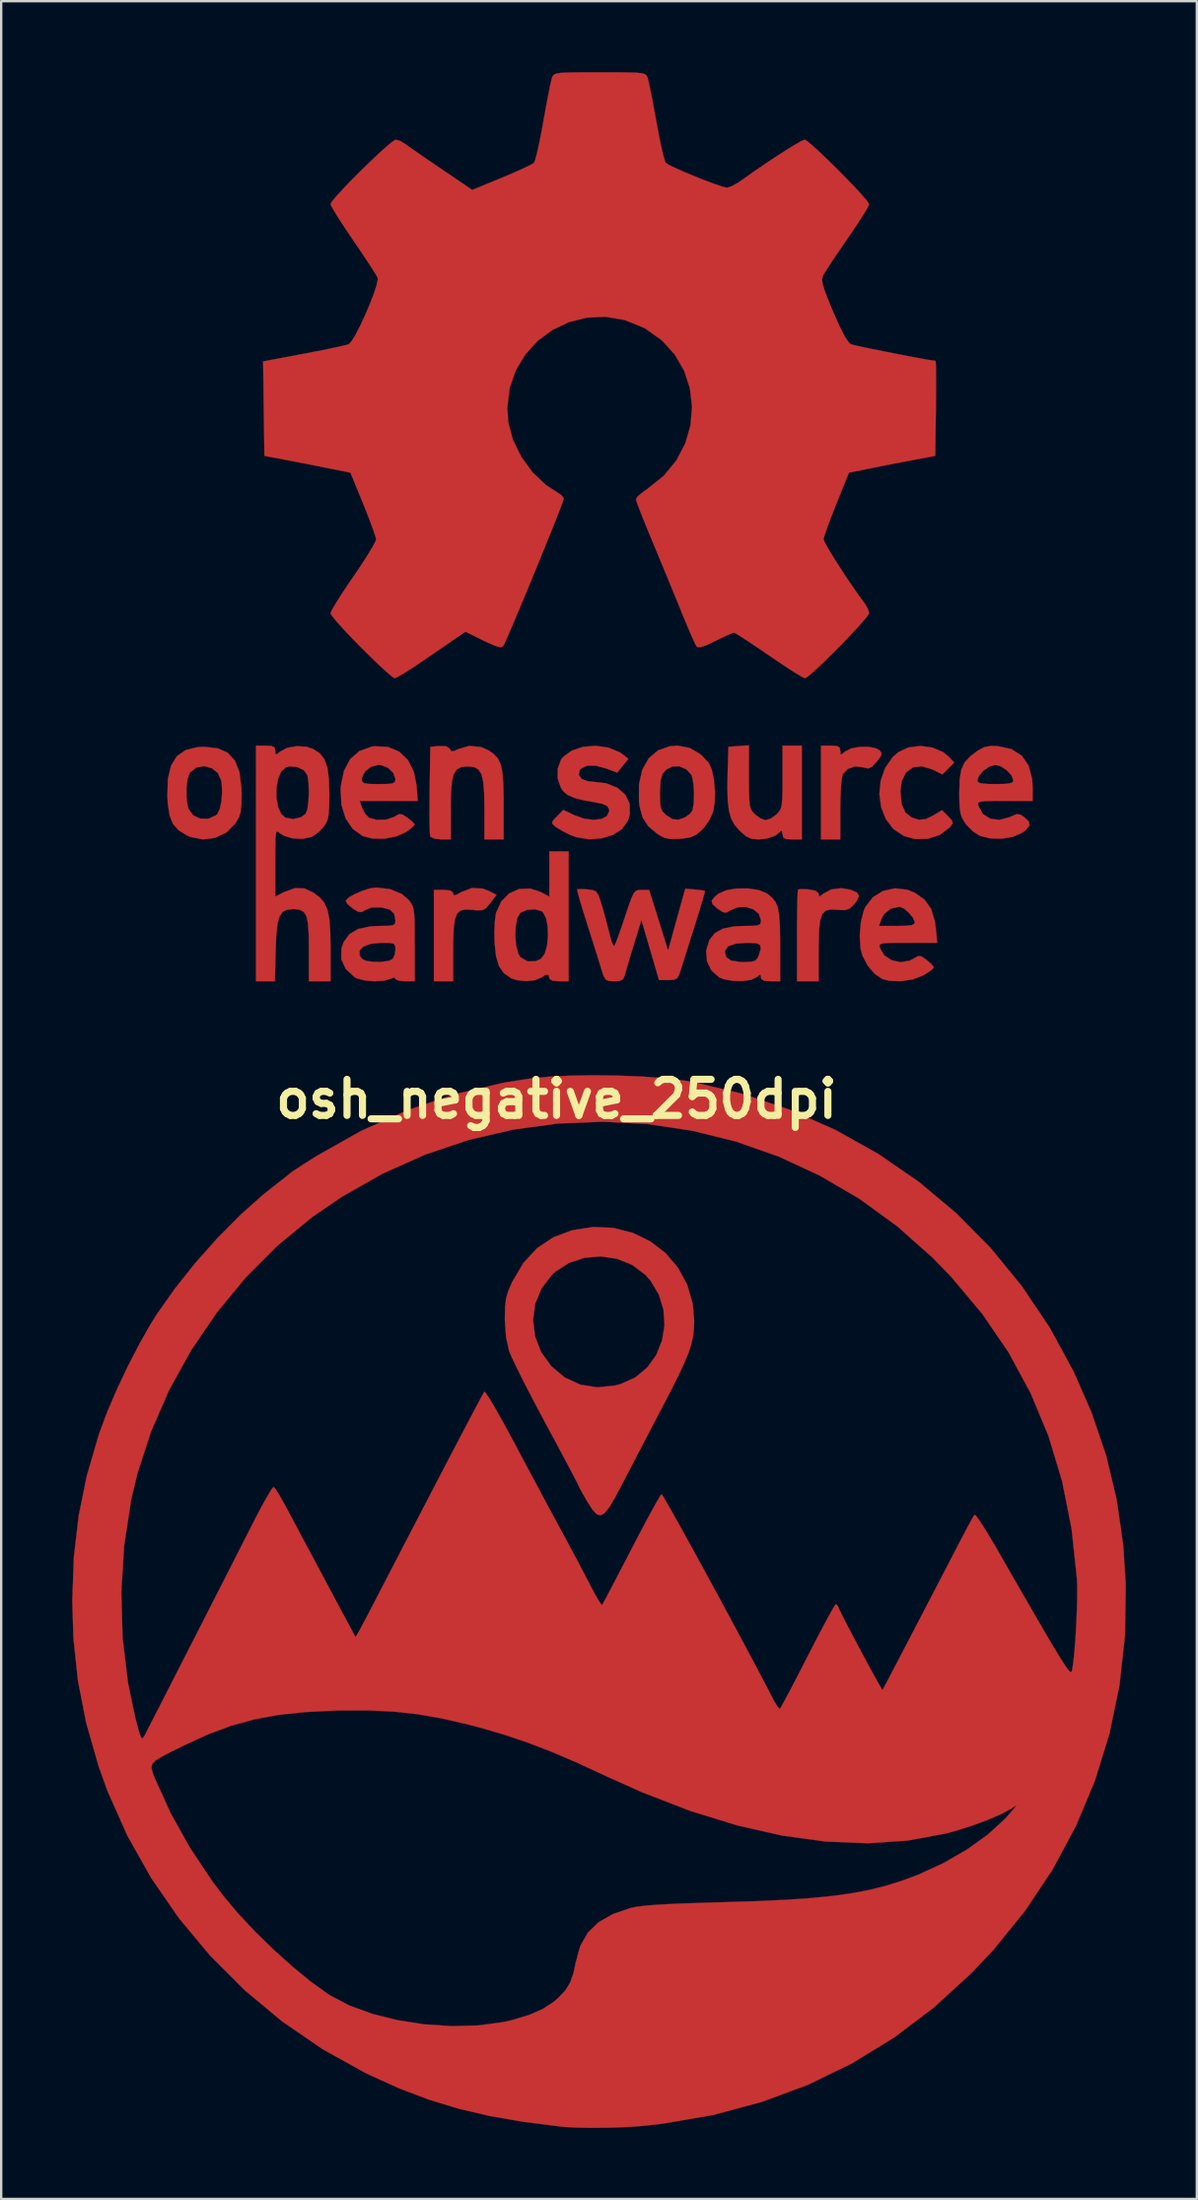
<source format=kicad_pcb>
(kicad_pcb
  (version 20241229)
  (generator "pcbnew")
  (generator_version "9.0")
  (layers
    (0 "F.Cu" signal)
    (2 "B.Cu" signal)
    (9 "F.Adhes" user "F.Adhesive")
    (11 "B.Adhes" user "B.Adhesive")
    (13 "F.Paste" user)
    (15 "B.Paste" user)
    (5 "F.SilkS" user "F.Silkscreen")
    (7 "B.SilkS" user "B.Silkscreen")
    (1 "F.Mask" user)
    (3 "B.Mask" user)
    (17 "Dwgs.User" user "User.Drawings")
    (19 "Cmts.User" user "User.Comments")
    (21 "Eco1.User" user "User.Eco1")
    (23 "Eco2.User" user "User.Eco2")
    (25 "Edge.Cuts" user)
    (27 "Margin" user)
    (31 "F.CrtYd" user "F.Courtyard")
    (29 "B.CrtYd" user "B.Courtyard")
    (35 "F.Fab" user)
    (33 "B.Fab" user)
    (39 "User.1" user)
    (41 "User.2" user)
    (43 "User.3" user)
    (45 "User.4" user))
  (footprint "osh_negative_250dpi"
    (layer "F.Cu")
    (at 20.467 43.388)
    (property "Reference" "osh_negative_250dpi" (at 0 0 0) (layer "F.SilkS") (effects (font (size 1.524 1.524) (thickness 0.3))))
    (attr through_hole)
    (fp_poly (pts (xy -3.114 -8.893) (xy -2.837 -8.785) (xy -2.535 -8.628) (xy -2.799 -8.282) (xy -2.974 -8.074) (xy -3.133 -7.982) (xy -3.36 -7.974) (xy -3.549 -7.994) (xy -3.842 -8.011) (xy -4.057 -7.967) (xy -4.204 -7.835) (xy -4.297 -7.59) (xy -4.347 -7.208) (xy -4.367 -6.662) (xy -4.369 -6.277) (xy -4.369 -4.978) (xy -5.182 -4.978) (xy -5.182 -8.839) (xy -4.775 -8.839) (xy -4.492 -8.814) (xy -4.375 -8.729) (xy -4.369 -8.688) (xy -4.338 -8.608) (xy -4.218 -8.637) (xy -4.039 -8.739) (xy -3.578 -8.918) (xy -3.114 -8.893)) (stroke (width 0.01) (type solid)) (fill yes) (layer "F.Cu"))
    (fp_poly (pts (xy 11.846 -14.919) (xy 11.964 -14.852) (xy 11.989 -14.716) (xy 11.998 -14.568) (xy 12.061 -14.569) (xy 12.203 -14.691) (xy 12.449 -14.816) (xy 12.798 -14.881) (xy 13.171 -14.885) (xy 13.491 -14.825) (xy 13.654 -14.732) (xy 13.731 -14.616) (xy 13.702 -14.486) (xy 13.548 -14.279) (xy 13.52 -14.246) (xy 13.326 -14.04) (xy 13.174 -13.969) (xy 12.995 -14.006) (xy 12.969 -14.015) (xy 12.619 -14.058) (xy 12.299 -13.944) (xy 12.097 -13.728) (xy 12.055 -13.551) (xy 12.021 -13.217) (xy 11.998 -12.773) (xy 11.989 -12.265) (xy 11.989 -12.249) (xy 11.989 -10.973) (xy 11.176 -10.973) (xy 11.176 -14.935) (xy 11.582 -14.935) (xy 11.846 -14.919)) (stroke (width 0.01) (type solid)) (fill yes) (layer "F.Cu"))
    (fp_poly (pts (xy 12.437 -8.842) (xy 12.7 -8.723) (xy 12.781 -8.579) (xy 12.686 -8.372) (xy 12.559 -8.215) (xy 12.381 -8.047) (xy 12.19 -7.983) (xy 11.899 -7.994) (xy 11.865 -7.998) (xy 11.581 -8.011) (xy 11.374 -7.961) (xy 11.232 -7.822) (xy 11.143 -7.568) (xy 11.094 -7.175) (xy 11.076 -6.617) (xy 11.074 -6.277) (xy 11.074 -4.978) (xy 10.16 -4.978) (xy 10.16 -6.892) (xy 10.162 -7.494) (xy 10.169 -8.023) (xy 10.178 -8.447) (xy 10.191 -8.734) (xy 10.205 -8.85) (xy 10.206 -8.851) (xy 10.326 -8.871) (xy 10.571 -8.865) (xy 10.663 -8.857) (xy 10.956 -8.799) (xy 11.071 -8.691) (xy 11.074 -8.66) (xy 11.093 -8.561) (xy 11.183 -8.604) (xy 11.259 -8.67) (xy 11.604 -8.857) (xy 12.038 -8.912) (xy 12.437 -8.842)) (stroke (width 0.01) (type solid)) (fill yes) (layer "F.Cu"))
    (fp_poly (pts (xy 15.879 -14.853) (xy 16.333 -14.661) (xy 16.566 -14.472) (xy 16.805 -14.218) (xy 16.304 -13.718) (xy 15.885 -13.925) (xy 15.438 -14.062) (xy 15.058 -14.016) (xy 14.766 -13.801) (xy 14.583 -13.432) (xy 14.529 -12.996) (xy 14.581 -12.47) (xy 14.741 -12.107) (xy 15.002 -11.898) (xy 15.32 -11.799) (xy 15.611 -11.832) (xy 15.941 -11.997) (xy 16.287 -12.208) (xy 16.545 -11.95) (xy 16.71 -11.772) (xy 16.741 -11.656) (xy 16.649 -11.522) (xy 16.606 -11.474) (xy 16.194 -11.162) (xy 15.687 -10.996) (xy 15.141 -10.987) (xy 14.676 -11.116) (xy 14.235 -11.41) (xy 13.913 -11.831) (xy 13.715 -12.338) (xy 13.642 -12.893) (xy 13.698 -13.455) (xy 13.884 -13.986) (xy 14.203 -14.446) (xy 14.441 -14.658) (xy 14.866 -14.857) (xy 15.368 -14.921) (xy 15.879 -14.853)) (stroke (width 0.01) (type solid)) (fill yes) (layer "F.Cu"))
    (fp_poly (pts (xy 8.128 -13.616) (xy 8.13 -13.071) (xy 8.14 -12.69) (xy 8.163 -12.435) (xy 8.207 -12.266) (xy 8.277 -12.145) (xy 8.377 -12.035) (xy 8.608 -11.863) (xy 8.828 -11.786) (xy 8.839 -11.786) (xy 9.055 -11.855) (xy 9.288 -12.022) (xy 9.301 -12.035) (xy 9.403 -12.147) (xy 9.473 -12.268) (xy 9.516 -12.438) (xy 9.539 -12.695) (xy 9.549 -13.079) (xy 9.55 -13.61) (xy 9.55 -14.935) (xy 10.363 -14.935) (xy 10.363 -10.973) (xy 9.957 -10.973) (xy 9.693 -10.988) (xy 9.576 -11.055) (xy 9.549 -11.201) (xy 9.523 -11.338) (xy 9.473 -11.318) (xy 9.231 -11.121) (xy 8.852 -11) (xy 8.529 -10.973) (xy 8.24 -10.999) (xy 8.007 -11.105) (xy 7.747 -11.33) (xy 7.72 -11.357) (xy 7.521 -11.59) (xy 7.379 -11.854) (xy 7.285 -12.185) (xy 7.235 -12.615) (xy 7.22 -13.181) (xy 7.233 -13.868) (xy 7.264 -14.884) (xy 8.128 -14.947) (xy 8.128 -13.616)) (stroke (width 0.01) (type solid)) (fill yes) (layer "F.Cu"))
    (fp_poly (pts (xy -3.195 -14.876) (xy -2.875 -14.736) (xy -2.645 -14.573) (xy -2.477 -14.385) (xy -2.361 -14.138) (xy -2.289 -13.799) (xy -2.25 -13.335) (xy -2.236 -12.713) (xy -2.235 -12.451) (xy -2.235 -10.973) (xy -3.048 -10.973) (xy -3.048 -12.282) (xy -3.058 -12.93) (xy -3.096 -13.402) (xy -3.172 -13.724) (xy -3.297 -13.923) (xy -3.481 -14.024) (xy -3.735 -14.055) (xy -3.759 -14.055) (xy -4.019 -14.029) (xy -4.209 -13.935) (xy -4.338 -13.745) (xy -4.418 -13.434) (xy -4.458 -12.976) (xy -4.47 -12.344) (xy -4.47 -12.282) (xy -4.47 -10.973) (xy -4.88 -10.973) (xy -5.167 -11.004) (xy -5.328 -11.084) (xy -5.34 -11.103) (xy -5.354 -11.243) (xy -5.364 -11.551) (xy -5.369 -11.991) (xy -5.368 -12.529) (xy -5.362 -13.059) (xy -5.334 -14.884) (xy -4.952 -14.916) (xy -4.659 -14.907) (xy -4.519 -14.811) (xy -4.51 -14.791) (xy -4.447 -14.695) (xy -4.328 -14.706) (xy -4.161 -14.785) (xy -3.687 -14.922) (xy -3.195 -14.876)) (stroke (width 0.01) (type solid)) (fill yes) (layer "F.Cu"))
    (fp_poly (pts (xy -14.323 -14.823) (xy -13.894 -14.631) (xy -13.589 -14.297) (xy -13.399 -13.81) (xy -13.316 -13.157) (xy -13.31 -12.886) (xy -13.317 -12.444) (xy -13.349 -12.141) (xy -13.419 -11.913) (xy -13.54 -11.697) (xy -13.574 -11.647) (xy -13.946 -11.268) (xy -14.419 -11.04) (xy -14.945 -10.972) (xy -15.476 -11.079) (xy -15.639 -11.151) (xy -15.978 -11.365) (xy -16.208 -11.626) (xy -16.349 -11.979) (xy -16.424 -12.466) (xy -16.444 -12.798) (xy -16.433 -13.161) (xy -15.638 -13.161) (xy -15.637 -12.75) (xy -15.586 -12.377) (xy -15.546 -12.247) (xy -15.352 -11.988) (xy -15.052 -11.85) (xy -14.712 -11.845) (xy -14.399 -11.984) (xy -14.34 -12.036) (xy -14.233 -12.244) (xy -14.16 -12.583) (xy -14.13 -12.983) (xy -14.152 -13.375) (xy -14.165 -13.455) (xy -14.311 -13.774) (xy -14.571 -13.983) (xy -14.89 -14.067) (xy -15.211 -14.014) (xy -15.478 -13.809) (xy -15.497 -13.783) (xy -15.59 -13.531) (xy -15.638 -13.161) (xy -16.433 -13.161) (xy -16.423 -13.525) (xy -16.291 -14.085) (xy -16.042 -14.49) (xy -15.668 -14.749) (xy -15.163 -14.871) (xy -14.884 -14.884) (xy -14.323 -14.823)) (stroke (width 0.01) (type solid)) (fill yes) (layer "F.Cu"))
    (fp_poly (pts (xy 0.508 -4.978) (xy 0.102 -4.978) (xy -0.181 -5.004) (xy -0.297 -5.087) (xy -0.305 -5.131) (xy -0.347 -5.263) (xy -0.487 -5.239) (xy -0.654 -5.128) (xy -0.925 -5.02) (xy -1.295 -4.985) (xy -1.675 -5.024) (xy -1.921 -5.107) (xy -2.226 -5.321) (xy -2.432 -5.618) (xy -2.557 -6.037) (xy -2.619 -6.615) (xy -2.62 -6.627) (xy -2.624 -6.881) (xy -1.744 -6.881) (xy -1.707 -6.478) (xy -1.619 -6.149) (xy -1.524 -5.994) (xy -1.219 -5.817) (xy -0.875 -5.827) (xy -0.647 -5.939) (xy -0.496 -6.148) (xy -0.401 -6.486) (xy -0.361 -6.892) (xy -0.376 -7.303) (xy -0.449 -7.66) (xy -0.579 -7.899) (xy -0.624 -7.936) (xy -0.908 -8.019) (xy -1.245 -7.995) (xy -1.523 -7.874) (xy -1.541 -7.858) (xy -1.662 -7.639) (xy -1.729 -7.29) (xy -1.744 -6.881) (xy -2.624 -6.881) (xy -2.627 -7.082) (xy -2.606 -7.515) (xy -2.562 -7.842) (xy -2.553 -7.879) (xy -2.336 -8.352) (xy -1.999 -8.691) (xy -1.579 -8.878) (xy -1.112 -8.896) (xy -0.686 -8.755) (xy -0.305 -8.556) (xy -0.305 -10.465) (xy 0.508 -10.465) (xy 0.508 -4.978)) (stroke (width 0.01) (type solid)) (fill yes) (layer "F.Cu"))
    (fp_poly (pts (xy 5.626 -14.837) (xy 6.1 -14.557) (xy 6.43 -14.208) (xy 6.561 -13.917) (xy 6.65 -13.494) (xy 6.693 -13.007) (xy 6.681 -12.524) (xy 6.617 -12.138) (xy 6.462 -11.791) (xy 6.216 -11.451) (xy 6.15 -11.382) (xy 5.903 -11.172) (xy 5.658 -11.059) (xy 5.326 -11.005) (xy 5.208 -10.996) (xy 4.831 -10.986) (xy 4.566 -11.035) (xy 4.323 -11.161) (xy 4.277 -11.192) (xy 3.878 -11.526) (xy 3.634 -11.899) (xy 3.507 -12.377) (xy 3.483 -12.577) (xy 3.484 -12.946) (xy 4.369 -12.946) (xy 4.375 -12.554) (xy 4.406 -12.308) (xy 4.476 -12.151) (xy 4.602 -12.023) (xy 4.637 -11.996) (xy 4.904 -11.826) (xy 5.144 -11.803) (xy 5.429 -11.903) (xy 5.643 -12.057) (xy 5.747 -12.212) (xy 5.798 -12.507) (xy 5.811 -12.891) (xy 5.79 -13.282) (xy 5.736 -13.597) (xy 5.697 -13.703) (xy 5.483 -13.932) (xy 5.187 -14.062) (xy 4.903 -14.053) (xy 4.64 -13.927) (xy 4.478 -13.744) (xy 4.395 -13.459) (xy 4.369 -13.027) (xy 4.369 -12.946) (xy 3.484 -12.946) (xy 3.485 -13.308) (xy 3.625 -13.92) (xy 3.896 -14.399) (xy 4.289 -14.733) (xy 4.794 -14.91) (xy 5.111 -14.935) (xy 5.626 -14.837)) (stroke (width 0.01) (type solid)) (fill yes) (layer "F.Cu"))
    (fp_poly (pts (xy 2.194 -14.85) (xy 2.67 -14.653) (xy 2.813 -14.553) (xy 3.035 -14.376) (xy 2.799 -14.084) (xy 2.563 -13.792) (xy 2.109 -13.965) (xy 1.656 -14.087) (xy 1.283 -14.085) (xy 1.029 -13.962) (xy 0.981 -13.902) (xy 0.939 -13.692) (xy 1.068 -13.523) (xy 1.337 -13.424) (xy 1.511 -13.411) (xy 2.104 -13.342) (xy 2.576 -13.151) (xy 2.91 -12.857) (xy 3.089 -12.48) (xy 3.096 -12.038) (xy 3.007 -11.742) (xy 2.765 -11.409) (xy 2.381 -11.163) (xy 1.902 -11.016) (xy 1.375 -10.978) (xy 0.847 -11.06) (xy 0.559 -11.167) (xy 0.254 -11.324) (xy -0.002 -11.479) (xy -0.051 -11.515) (xy -0.176 -11.626) (xy -0.181 -11.722) (xy -0.056 -11.872) (xy 0.016 -11.946) (xy 0.286 -12.219) (xy 0.734 -12.002) (xy 1.154 -11.851) (xy 1.552 -11.797) (xy 1.889 -11.834) (xy 2.127 -11.956) (xy 2.226 -12.158) (xy 2.22 -12.25) (xy 2.139 -12.385) (xy 1.929 -12.477) (xy 1.676 -12.529) (xy 1.128 -12.629) (xy 0.743 -12.729) (xy 0.48 -12.845) (xy 0.299 -12.994) (xy 0.193 -13.137) (xy 0.049 -13.53) (xy 0.05 -13.959) (xy 0.191 -14.343) (xy 0.271 -14.449) (xy 0.641 -14.724) (xy 1.123 -14.883) (xy 1.66 -14.927) (xy 2.194 -14.85)) (stroke (width 0.01) (type solid)) (fill yes) (layer "F.Cu"))
    (fp_poly (pts (xy -7.135 -14.883) (xy -6.655 -14.684) (xy -6.28 -14.326) (xy -6.028 -13.824) (xy -5.918 -13.259) (xy -5.865 -12.598) (xy -8.321 -12.598) (xy -8.214 -12.291) (xy -8.081 -12.042) (xy -7.921 -11.885) (xy -7.589 -11.796) (xy -7.201 -11.809) (xy -6.867 -11.92) (xy -6.829 -11.944) (xy -6.662 -12.039) (xy -6.517 -12.024) (xy -6.305 -11.892) (xy -6.298 -11.887) (xy -6.099 -11.728) (xy -5.998 -11.614) (xy -5.995 -11.601) (xy -6.072 -11.507) (xy -6.264 -11.351) (xy -6.36 -11.283) (xy -6.772 -11.097) (xy -7.276 -11.002) (xy -7.784 -11.007) (xy -8.187 -11.112) (xy -8.609 -11.41) (xy -8.912 -11.857) (xy -9.088 -12.427) (xy -9.124 -13.098) (xy -9.114 -13.233) (xy -9.056 -13.513) (xy -8.23 -13.513) (xy -8.21 -13.406) (xy -8.124 -13.345) (xy -7.927 -13.317) (xy -7.575 -13.31) (xy -7.518 -13.31) (xy -7.145 -13.315) (xy -6.931 -13.34) (xy -6.833 -13.396) (xy -6.807 -13.497) (xy -6.807 -13.513) (xy -6.898 -13.781) (xy -7.128 -14.001) (xy -7.432 -14.116) (xy -7.518 -14.122) (xy -7.832 -14.045) (xy -8.088 -13.848) (xy -8.222 -13.587) (xy -8.23 -13.513) (xy -9.056 -13.513) (xy -8.982 -13.872) (xy -8.717 -14.366) (xy -8.325 -14.709) (xy -7.815 -14.89) (xy -7.705 -14.906) (xy -7.135 -14.883)) (stroke (width 0.01) (type solid)) (fill yes) (layer "F.Cu"))
    (fp_poly (pts (xy 14.822 -8.844) (xy 15.136 -8.719) (xy 15.553 -8.425) (xy 15.83 -8.031) (xy 15.988 -7.504) (xy 16.026 -7.213) (xy 16.081 -6.604) (xy 14.841 -6.604) (xy 14.322 -6.603) (xy 13.975 -6.596) (xy 13.768 -6.576) (xy 13.668 -6.537) (xy 13.645 -6.474) (xy 13.666 -6.38) (xy 13.667 -6.375) (xy 13.852 -6.067) (xy 14.161 -5.865) (xy 14.536 -5.785) (xy 14.918 -5.846) (xy 15.117 -5.95) (xy 15.282 -6.044) (xy 15.422 -6.028) (xy 15.621 -5.89) (xy 15.642 -5.874) (xy 15.838 -5.703) (xy 15.941 -5.581) (xy 15.946 -5.567) (xy 15.869 -5.479) (xy 15.667 -5.333) (xy 15.51 -5.237) (xy 15.07 -5.062) (xy 14.554 -4.98) (xy 14.052 -4.999) (xy 13.761 -5.076) (xy 13.439 -5.295) (xy 13.144 -5.646) (xy 12.926 -6.062) (xy 12.846 -6.355) (xy 12.812 -6.908) (xy 12.846 -7.315) (xy 13.625 -7.315) (xy 14.382 -7.315) (xy 14.78 -7.323) (xy 15.013 -7.351) (xy 15.119 -7.407) (xy 15.138 -7.472) (xy 15.062 -7.663) (xy 14.88 -7.883) (xy 14.662 -8.062) (xy 14.489 -8.128) (xy 14.116 -8.042) (xy 13.833 -7.812) (xy 13.734 -7.627) (xy 13.625 -7.315) (xy 12.846 -7.315) (xy 12.859 -7.468) (xy 12.979 -7.952) (xy 13.049 -8.115) (xy 13.367 -8.528) (xy 13.797 -8.795) (xy 14.296 -8.905) (xy 14.822 -8.844)) (stroke (width 0.01) (type solid)) (fill yes) (layer "F.Cu"))
    (fp_poly (pts (xy 18.653 -14.912) (xy 19.223 -14.786) (xy 19.655 -14.512) (xy 19.946 -14.092) (xy 20.096 -13.528) (xy 20.117 -13.16) (xy 20.117 -12.598) (xy 18.942 -12.598) (xy 18.439 -12.597) (xy 18.108 -12.589) (xy 17.914 -12.568) (xy 17.826 -12.526) (xy 17.812 -12.457) (xy 17.833 -12.37) (xy 18.021 -12.039) (xy 18.331 -11.844) (xy 18.72 -11.797) (xy 19.148 -11.912) (xy 19.209 -11.941) (xy 19.434 -12.038) (xy 19.595 -12.02) (xy 19.76 -11.916) (xy 19.961 -11.726) (xy 19.982 -11.553) (xy 19.819 -11.361) (xy 19.692 -11.264) (xy 19.303 -11.087) (xy 18.814 -11.002) (xy 18.307 -11.015) (xy 17.882 -11.126) (xy 17.593 -11.313) (xy 17.323 -11.584) (xy 17.272 -11.652) (xy 17.149 -11.855) (xy 17.074 -12.059) (xy 17.034 -12.323) (xy 17.019 -12.704) (xy 17.018 -12.965) (xy 17.034 -13.467) (xy 17.78 -13.467) (xy 17.817 -13.384) (xy 17.952 -13.336) (xy 18.223 -13.314) (xy 18.542 -13.31) (xy 18.942 -13.317) (xy 19.176 -13.345) (xy 19.284 -13.401) (xy 19.304 -13.467) (xy 19.219 -13.683) (xy 19.012 -13.904) (xy 18.751 -14.07) (xy 18.542 -14.122) (xy 18.29 -14.049) (xy 18.033 -13.871) (xy 17.841 -13.646) (xy 17.78 -13.467) (xy 17.034 -13.467) (xy 17.036 -13.517) (xy 17.104 -13.92) (xy 17.246 -14.226) (xy 17.484 -14.485) (xy 17.789 -14.716) (xy 18.062 -14.866) (xy 18.348 -14.921) (xy 18.653 -14.912)) (stroke (width 0.01) (type solid)) (fill yes) (layer "F.Cu"))
    (fp_poly (pts (xy 5.843 -8.855) (xy 6.104 -8.828) (xy 6.258 -8.803) (xy 6.272 -8.797) (xy 6.252 -8.698) (xy 6.18 -8.441) (xy 6.067 -8.062) (xy 5.923 -7.598) (xy 5.88 -7.46) (xy 5.708 -6.916) (xy 5.541 -6.387) (xy 5.398 -5.93) (xy 5.296 -5.605) (xy 5.291 -5.588) (xy 5.188 -5.274) (xy 5.095 -5.107) (xy 4.965 -5.041) (xy 4.751 -5.029) (xy 4.724 -5.029) (xy 4.33 -5.029) (xy 3.958 -6.299) (xy 3.587 -7.569) (xy 3.274 -6.553) (xy 3.134 -6.097) (xy 3.012 -5.686) (xy 2.923 -5.377) (xy 2.891 -5.258) (xy 2.818 -5.072) (xy 2.677 -4.994) (xy 2.435 -4.978) (xy 2.209 -4.989) (xy 2.075 -5.051) (xy 1.983 -5.214) (xy 1.887 -5.512) (xy 1.797 -5.808) (xy 1.661 -6.244) (xy 1.496 -6.766) (xy 1.32 -7.319) (xy 1.282 -7.437) (xy 1.126 -7.934) (xy 0.998 -8.357) (xy 0.909 -8.672) (xy 0.87 -8.842) (xy 0.87 -8.862) (xy 0.983 -8.875) (xy 1.222 -8.865) (xy 1.314 -8.857) (xy 1.532 -8.83) (xy 1.669 -8.768) (xy 1.766 -8.627) (xy 1.86 -8.363) (xy 1.926 -8.143) (xy 2.053 -7.695) (xy 2.176 -7.23) (xy 2.25 -6.932) (xy 2.328 -6.652) (xy 2.403 -6.491) (xy 2.444 -6.475) (xy 2.502 -6.597) (xy 2.607 -6.872) (xy 2.744 -7.258) (xy 2.891 -7.696) (xy 3.053 -8.18) (xy 3.17 -8.504) (xy 3.264 -8.699) (xy 3.354 -8.798) (xy 3.46 -8.834) (xy 3.59 -8.839) (xy 3.912 -8.838) (xy 4.715 -6.279) (xy 5.076 -7.584) (xy 5.438 -8.889) (xy 5.843 -8.855)) (stroke (width 0.01) (type solid)) (fill yes) (layer "F.Cu"))
    (fp_poly (pts (xy 8.532 -8.835) (xy 8.874 -8.7) (xy 8.908 -8.677) (xy 9.104 -8.514) (xy 9.246 -8.336) (xy 9.343 -8.108) (xy 9.403 -7.796) (xy 9.434 -7.366) (xy 9.446 -6.781) (xy 9.447 -6.477) (xy 9.449 -4.978) (xy 9.042 -4.978) (xy 8.768 -5) (xy 8.65 -5.076) (xy 8.636 -5.147) (xy 8.621 -5.258) (xy 8.543 -5.228) (xy 8.45 -5.147) (xy 8.213 -5.037) (xy 7.855 -4.987) (xy 7.452 -4.994) (xy 7.078 -5.061) (xy 6.885 -5.137) (xy 6.55 -5.425) (xy 6.357 -5.819) (xy 6.325 -6.214) (xy 7.112 -6.214) (xy 7.177 -5.986) (xy 7.388 -5.849) (xy 7.763 -5.794) (xy 7.897 -5.791) (xy 8.218 -5.802) (xy 8.398 -5.849) (xy 8.496 -5.958) (xy 8.537 -6.052) (xy 8.629 -6.343) (xy 8.607 -6.51) (xy 8.443 -6.585) (xy 8.108 -6.604) (xy 8.071 -6.604) (xy 7.566 -6.567) (xy 7.248 -6.454) (xy 7.116 -6.265) (xy 7.112 -6.214) (xy 6.325 -6.214) (xy 6.321 -6.266) (xy 6.453 -6.709) (xy 6.685 -7.009) (xy 7.029 -7.202) (xy 7.514 -7.298) (xy 7.92 -7.315) (xy 8.293 -7.319) (xy 8.507 -7.341) (xy 8.606 -7.396) (xy 8.635 -7.499) (xy 8.636 -7.563) (xy 8.548 -7.827) (xy 8.319 -8.016) (xy 8.005 -8.115) (xy 7.66 -8.106) (xy 7.34 -7.971) (xy 7.176 -7.879) (xy 7.033 -7.895) (xy 6.825 -8.03) (xy 6.807 -8.042) (xy 6.595 -8.229) (xy 6.555 -8.384) (xy 6.689 -8.555) (xy 6.846 -8.681) (xy 7.167 -8.823) (xy 7.604 -8.896) (xy 8.084 -8.9) (xy 8.532 -8.835)) (stroke (width 0.01) (type solid)) (fill yes) (layer "F.Cu"))
    (fp_poly (pts (xy -7.028 -8.869) (xy -6.54 -8.666) (xy -6.255 -8.422) (xy -6.156 -8.297) (xy -6.086 -8.172) (xy -6.04 -8.011) (xy -6.012 -7.777) (xy -5.999 -7.435) (xy -5.995 -6.95) (xy -5.994 -6.545) (xy -5.994 -4.978) (xy -6.401 -4.978) (xy -6.655 -5.002) (xy -6.797 -5.06) (xy -6.807 -5.084) (xy -6.869 -5.137) (xy -7.004 -5.084) (xy -7.297 -5.001) (xy -7.692 -4.978) (xy -8.1 -5.012) (xy -8.436 -5.098) (xy -8.537 -5.152) (xy -8.913 -5.508) (xy -9.099 -5.918) (xy -9.091 -6.276) (xy -8.324 -6.276) (xy -8.32 -6.068) (xy -8.209 -5.913) (xy -8.027 -5.836) (xy -7.726 -5.799) (xy -7.387 -5.8) (xy -7.093 -5.841) (xy -6.929 -5.913) (xy -6.838 -6.1) (xy -6.807 -6.32) (xy -6.817 -6.478) (xy -6.879 -6.563) (xy -7.04 -6.597) (xy -7.35 -6.604) (xy -7.41 -6.604) (xy -7.848 -6.562) (xy -8.16 -6.446) (xy -8.324 -6.276) (xy -9.091 -6.276) (xy -9.089 -6.367) (xy -8.993 -6.637) (xy -8.749 -6.972) (xy -8.379 -7.19) (xy -7.863 -7.298) (xy -7.478 -7.315) (xy -7.119 -7.32) (xy -6.918 -7.346) (xy -6.829 -7.407) (xy -6.809 -7.52) (xy -6.809 -7.544) (xy -6.861 -7.831) (xy -7.038 -8.003) (xy -7.374 -8.094) (xy -7.4 -8.098) (xy -7.815 -8.095) (xy -8.061 -7.996) (xy -8.236 -7.902) (xy -8.384 -7.914) (xy -8.594 -8.041) (xy -8.62 -8.059) (xy -8.817 -8.226) (xy -8.908 -8.361) (xy -8.908 -8.382) (xy -8.789 -8.511) (xy -8.536 -8.659) (xy -8.214 -8.799) (xy -7.886 -8.902) (xy -7.624 -8.94) (xy -7.028 -8.869)) (stroke (width 0.01) (type solid)) (fill yes) (layer "F.Cu"))
    (fp_poly (pts (xy -12.03 -14.919) (xy -11.912 -14.852) (xy -11.887 -14.716) (xy -11.876 -14.567) (xy -11.807 -14.576) (xy -11.688 -14.677) (xy -11.383 -14.84) (xy -10.979 -14.911) (xy -10.561 -14.886) (xy -10.28 -14.792) (xy -10.001 -14.604) (xy -9.807 -14.353) (xy -9.683 -14.003) (xy -9.619 -13.521) (xy -9.601 -12.903) (xy -9.606 -12.407) (xy -9.626 -12.066) (xy -9.669 -11.831) (xy -9.742 -11.652) (xy -9.827 -11.52) (xy -10.065 -11.269) (xy -10.34 -11.084) (xy -10.362 -11.075) (xy -10.732 -10.996) (xy -11.147 -11.016) (xy -11.518 -11.124) (xy -11.692 -11.234) (xy -11.769 -11.297) (xy -11.822 -11.303) (xy -11.857 -11.226) (xy -11.876 -11.038) (xy -11.885 -10.712) (xy -11.887 -10.22) (xy -11.887 -9.983) (xy -11.887 -8.556) (xy -11.51 -8.749) (xy -11.057 -8.913) (xy -10.655 -8.901) (xy -10.253 -8.711) (xy -10.251 -8.71) (xy -9.994 -8.511) (xy -9.808 -8.284) (xy -9.68 -7.995) (xy -9.602 -7.61) (xy -9.562 -7.093) (xy -9.551 -6.409) (xy -9.551 -6.375) (xy -9.55 -4.978) (xy -10.465 -4.978) (xy -10.465 -6.334) (xy -10.472 -6.96) (xy -10.502 -7.411) (xy -10.565 -7.716) (xy -10.673 -7.901) (xy -10.837 -7.995) (xy -11.068 -8.025) (xy -11.143 -8.026) (xy -11.396 -8) (xy -11.581 -7.903) (xy -11.71 -7.709) (xy -11.794 -7.391) (xy -11.844 -6.923) (xy -11.87 -6.289) (xy -11.903 -4.978) (xy -12.7 -4.978) (xy -12.7 -13.139) (xy -11.835 -13.139) (xy -11.835 -12.721) (xy -11.765 -12.334) (xy -11.627 -12.033) (xy -11.452 -11.887) (xy -11.121 -11.833) (xy -10.796 -11.909) (xy -10.592 -12.065) (xy -10.526 -12.254) (xy -10.483 -12.577) (xy -10.466 -12.964) (xy -10.478 -13.347) (xy -10.52 -13.658) (xy -10.527 -13.684) (xy -10.677 -13.894) (xy -10.949 -14.028) (xy -11.265 -14.058) (xy -11.431 -14.02) (xy -11.633 -13.844) (xy -11.768 -13.532) (xy -11.835 -13.139) (xy -12.7 -13.139) (xy -12.7 -14.935) (xy -12.294 -14.935) (xy -12.03 -14.919)) (stroke (width 0.01) (type solid)) (fill yes) (layer "F.Cu"))
    (fp_poly (pts (xy 2.414 5.444) (xy 3.224 5.652) (xy 3.96 6.01) (xy 4.602 6.504) (xy 5.128 7.119) (xy 5.52 7.838) (xy 5.755 8.648) (xy 5.816 9.347) (xy 5.807 9.69) (xy 5.771 10.015) (xy 5.698 10.348) (xy 5.577 10.719) (xy 5.397 11.155) (xy 5.149 11.685) (xy 4.822 12.337) (xy 4.421 13.106) (xy 4.07 13.776) (xy 3.692 14.499) (xy 3.321 15.212) (xy 2.988 15.853) (xy 2.792 16.231) (xy 2.478 16.823) (xy 2.231 17.241) (xy 2.03 17.493) (xy 1.857 17.588) (xy 1.693 17.536) (xy 1.518 17.346) (xy 1.314 17.027) (xy 1.275 16.962) (xy 1.096 16.651) (xy 0.967 16.415) (xy 0.915 16.303) (xy 0.914 16.301) (xy 0.868 16.203) (xy 0.737 15.95) (xy 0.534 15.564) (xy 0.27 15.068) (xy -0.041 14.485) (xy -0.389 13.839) (xy -0.455 13.717) (xy -0.821 13.031) (xy -1.163 12.377) (xy -1.467 11.783) (xy -1.717 11.278) (xy -1.9 10.892) (xy -2.001 10.652) (xy -2.004 10.644) (xy -2.131 10.075) (xy -2.183 9.366) (xy -2.184 9.33) (xy -0.993 9.33) (xy -0.91 10.02) (xy -0.654 10.683) (xy -0.227 11.28) (xy 0.349 11.765) (xy 1.003 12.066) (xy 1.719 12.179) (xy 2.482 12.1) (xy 2.71 12.04) (xy 3.331 11.759) (xy 3.834 11.339) (xy 4.212 10.812) (xy 4.456 10.21) (xy 4.562 9.562) (xy 4.52 8.902) (xy 4.324 8.26) (xy 3.968 7.668) (xy 3.75 7.424) (xy 3.197 7.007) (xy 2.558 6.748) (xy 1.872 6.648) (xy 1.18 6.706) (xy 0.524 6.922) (xy -0.057 7.296) (xy -0.195 7.425) (xy -0.635 7.998) (xy -0.901 8.644) (xy -0.993 9.33) (xy -2.184 9.33) (xy -2.184 9.246) (xy -2.174 8.778) (xy -2.133 8.429) (xy -2.042 8.115) (xy -1.886 7.752) (xy -1.869 7.717) (xy -1.399 6.921) (xy -0.822 6.296) (xy -0.131 5.837) (xy 0.657 5.542) (xy 1.552 5.403) (xy 2.414 5.444)) (stroke (width 0.01) (type solid)) (fill yes) (layer "F.Cu"))
    (fp_poly (pts (xy 2.5 -43.383) (xy 2.996 -43.378) (xy 3.345 -43.368) (xy 3.575 -43.347) (xy 3.714 -43.314) (xy 3.79 -43.264) (xy 3.831 -43.195) (xy 3.846 -43.155) (xy 3.891 -42.979) (xy 3.963 -42.643) (xy 4.053 -42.187) (xy 4.153 -41.649) (xy 4.216 -41.3) (xy 4.32 -40.744) (xy 4.421 -40.254) (xy 4.511 -39.869) (xy 4.582 -39.624) (xy 4.614 -39.557) (xy 4.756 -39.468) (xy 5.043 -39.33) (xy 5.428 -39.16) (xy 5.865 -38.978) (xy 6.307 -38.803) (xy 6.708 -38.653) (xy 7.02 -38.548) (xy 7.199 -38.506) (xy 7.203 -38.506) (xy 7.385 -38.564) (xy 7.653 -38.71) (xy 7.833 -38.831) (xy 8.286 -39.153) (xy 8.768 -39.483) (xy 9.246 -39.802) (xy 9.688 -40.087) (xy 10.062 -40.318) (xy 10.336 -40.476) (xy 10.479 -40.538) (xy 10.483 -40.538) (xy 10.6 -40.469) (xy 10.827 -40.278) (xy 11.136 -39.996) (xy 11.498 -39.65) (xy 11.885 -39.268) (xy 12.269 -38.879) (xy 12.621 -38.511) (xy 12.914 -38.193) (xy 13.119 -37.952) (xy 13.207 -37.818) (xy 13.208 -37.809) (xy 13.152 -37.683) (xy 12.999 -37.423) (xy 12.768 -37.06) (xy 12.478 -36.626) (xy 12.28 -36.337) (xy 11.956 -35.865) (xy 11.667 -35.437) (xy 11.437 -35.086) (xy 11.288 -34.847) (xy 11.249 -34.774) (xy 11.219 -34.647) (xy 11.238 -34.468) (xy 11.315 -34.202) (xy 11.459 -33.819) (xy 11.68 -33.285) (xy 11.688 -33.264) (xy 11.965 -32.641) (xy 12.187 -32.208) (xy 12.358 -31.958) (xy 12.44 -31.892) (xy 12.584 -31.854) (xy 12.886 -31.786) (xy 13.305 -31.698) (xy 13.8 -31.598) (xy 14.328 -31.494) (xy 14.848 -31.393) (xy 15.319 -31.305) (xy 15.699 -31.237) (xy 15.947 -31.198) (xy 16.014 -31.191) (xy 16.026 -31.095) (xy 16.034 -30.826) (xy 16.037 -30.415) (xy 16.036 -29.892) (xy 16.031 -29.289) (xy 16.03 -29.185) (xy 16.002 -27.178) (xy 15.037 -26.997) (xy 14.48 -26.891) (xy 13.871 -26.772) (xy 13.321 -26.663) (xy 13.213 -26.641) (xy 12.355 -26.467) (xy 11.821 -25.146) (xy 11.627 -24.654) (xy 11.463 -24.219) (xy 11.345 -23.882) (xy 11.286 -23.68) (xy 11.282 -23.653) (xy 11.335 -23.518) (xy 11.483 -23.252) (xy 11.703 -22.889) (xy 11.972 -22.464) (xy 12.269 -22.012) (xy 12.572 -21.567) (xy 12.857 -21.164) (xy 13.023 -20.941) (xy 13.158 -20.712) (xy 13.208 -20.533) (xy 13.139 -20.413) (xy 12.95 -20.183) (xy 12.67 -19.87) (xy 12.326 -19.504) (xy 11.947 -19.113) (xy 11.56 -18.725) (xy 11.195 -18.37) (xy 10.878 -18.075) (xy 10.639 -17.869) (xy 10.505 -17.781) (xy 10.496 -17.78) (xy 10.377 -17.835) (xy 10.121 -17.988) (xy 9.76 -18.219) (xy 9.324 -18.509) (xy 8.978 -18.745) (xy 8.509 -19.066) (xy 8.096 -19.341) (xy 7.77 -19.552) (xy 7.559 -19.68) (xy 7.495 -19.71) (xy 7.37 -19.668) (xy 7.115 -19.554) (xy 6.781 -19.393) (xy 6.713 -19.358) (xy 6.329 -19.177) (xy 6.086 -19.095) (xy 5.949 -19.102) (xy 5.916 -19.13) (xy 5.843 -19.266) (xy 5.712 -19.552) (xy 5.541 -19.949) (xy 5.347 -20.417) (xy 5.304 -20.523) (xy 5.083 -21.066) (xy 4.81 -21.73) (xy 4.514 -22.448) (xy 4.221 -23.153) (xy 4.071 -23.512) (xy 3.842 -24.066) (xy 3.644 -24.559) (xy 3.487 -24.958) (xy 3.386 -25.233) (xy 3.353 -25.349) (xy 3.432 -25.464) (xy 3.637 -25.64) (xy 3.848 -25.788) (xy 4.536 -26.341) (xy 5.067 -26.989) (xy 5.442 -27.708) (xy 5.661 -28.47) (xy 5.726 -29.252) (xy 5.637 -30.027) (xy 5.393 -30.771) (xy 4.997 -31.457) (xy 4.449 -32.061) (xy 3.749 -32.556) (xy 3.68 -32.594) (xy 2.88 -32.917) (xy 2.073 -33.054) (xy 1.281 -33.019) (xy 0.524 -32.829) (xy -0.175 -32.496) (xy -0.797 -32.036) (xy -1.319 -31.464) (xy -1.722 -30.794) (xy -1.983 -30.042) (xy -2.082 -29.222) (xy -2.04 -28.592) (xy -1.844 -27.855) (xy -1.49 -27.135) (xy -1.012 -26.481) (xy -0.445 -25.943) (xy 0.019 -25.644) (xy 0.219 -25.505) (xy 0.306 -25.375) (xy 0.306 -25.372) (xy 0.269 -25.25) (xy 0.164 -24.969) (xy 0.003 -24.555) (xy -0.204 -24.037) (xy -0.444 -23.441) (xy -0.707 -22.795) (xy -0.981 -22.127) (xy -1.255 -21.464) (xy -1.518 -20.834) (xy -1.758 -20.263) (xy -1.964 -19.78) (xy -2.125 -19.412) (xy -2.23 -19.187) (xy -2.26 -19.131) (xy -2.361 -19.092) (xy -2.563 -19.139) (xy -2.895 -19.28) (xy -3.1 -19.379) (xy -3.847 -19.748) (xy -4.235 -19.484) (xy -4.473 -19.321) (xy -4.829 -19.077) (xy -5.254 -18.786) (xy -5.671 -18.5) (xy -6.08 -18.225) (xy -6.435 -17.999) (xy -6.699 -17.843) (xy -6.837 -17.78) (xy -6.841 -17.78) (xy -6.948 -17.849) (xy -7.173 -18.04) (xy -7.489 -18.33) (xy -7.872 -18.697) (xy -8.256 -19.077) (xy -8.672 -19.501) (xy -9.032 -19.885) (xy -9.314 -20.202) (xy -9.494 -20.426) (xy -9.55 -20.526) (xy -9.495 -20.658) (xy -9.341 -20.924) (xy -9.109 -21.293) (xy -8.817 -21.735) (xy -8.585 -22.074) (xy -8.263 -22.55) (xy -7.987 -22.979) (xy -7.776 -23.327) (xy -7.651 -23.564) (xy -7.624 -23.647) (xy -7.662 -23.803) (xy -7.765 -24.105) (xy -7.918 -24.516) (xy -8.107 -24.996) (xy -8.168 -25.146) (xy -8.709 -26.467) (xy -9.562 -26.639) (xy -10.077 -26.742) (xy -10.68 -26.861) (xy -11.258 -26.972) (xy -11.379 -26.995) (xy -12.344 -27.178) (xy -12.399 -31.168) (xy -10.696 -31.488) (xy -10.118 -31.599) (xy -9.599 -31.704) (xy -9.176 -31.795) (xy -8.887 -31.863) (xy -8.783 -31.894) (xy -8.662 -32.021) (xy -8.494 -32.296) (xy -8.298 -32.676) (xy -8.092 -33.117) (xy -7.895 -33.576) (xy -7.728 -34.01) (xy -7.607 -34.375) (xy -7.553 -34.628) (xy -7.558 -34.704) (xy -7.636 -34.842) (xy -7.808 -35.115) (xy -8.055 -35.491) (xy -8.355 -35.939) (xy -8.587 -36.279) (xy -8.907 -36.754) (xy -9.183 -37.176) (xy -9.394 -37.516) (xy -9.521 -37.742) (xy -9.55 -37.817) (xy -9.48 -37.938) (xy -9.288 -38.167) (xy -9.003 -38.477) (xy -8.654 -38.84) (xy -8.269 -39.226) (xy -7.876 -39.609) (xy -7.504 -39.96) (xy -7.182 -40.25) (xy -6.939 -40.452) (xy -6.802 -40.537) (xy -6.794 -40.538) (xy -6.599 -40.479) (xy -6.389 -40.352) (xy -6.221 -40.23) (xy -5.921 -40.021) (xy -5.526 -39.748) (xy -5.071 -39.437) (xy -4.854 -39.29) (xy -3.562 -38.414) (xy -2.314 -38.927) (xy -1.841 -39.127) (xy -1.433 -39.309) (xy -1.128 -39.455) (xy -0.965 -39.548) (xy -0.954 -39.557) (xy -0.899 -39.693) (xy -0.82 -39.993) (xy -0.725 -40.42) (xy -0.623 -40.938) (xy -0.558 -41.3) (xy -0.456 -41.868) (xy -0.36 -42.378) (xy -0.277 -42.792) (xy -0.215 -43.07) (xy -0.191 -43.155) (xy -0.156 -43.234) (xy -0.1 -43.292) (xy 0.006 -43.333) (xy 0.189 -43.359) (xy 0.478 -43.374) (xy 0.901 -43.381) (xy 1.486 -43.383) (xy 1.829 -43.383) (xy 2.5 -43.383)) (stroke (width 0.01) (type solid)) (fill yes) (layer "F.Cu"))
    (fp_poly (pts (xy 2.612 -0.992) (xy 3.619 -0.951) (xy 4.554 -0.882) (xy 5.367 -0.788) (xy 5.74 -0.727) (xy 7.846 -0.227) (xy 9.863 0.452) (xy 11.785 1.303) (xy 13.603 2.32) (xy 15.308 3.496) (xy 16.892 4.823) (xy 18.346 6.296) (xy 19.663 7.906) (xy 20.834 9.647) (xy 21.85 11.513) (xy 22.601 13.229) (xy 23.222 15.054) (xy 23.667 16.915) (xy 23.945 18.846) (xy 24.052 20.528) (xy 24.018 22.671) (xy 23.787 24.768) (xy 23.363 26.813) (xy 22.75 28.796) (xy 21.949 30.708) (xy 20.966 32.543) (xy 19.802 34.291) (xy 18.462 35.944) (xy 17.528 36.933) (xy 15.942 38.382) (xy 14.264 39.65) (xy 12.491 40.738) (xy 10.624 41.647) (xy 8.663 42.375) (xy 6.606 42.925) (xy 4.453 43.295) (xy 3.672 43.382) (xy 3.038 43.429) (xy 2.321 43.457) (xy 1.586 43.467) (xy 0.901 43.457) (xy 0.332 43.427) (xy 0.203 43.414) (xy -1.388 43.215) (xy -2.823 42.966) (xy -4.147 42.655) (xy -5.405 42.271) (xy -6.64 41.801) (xy -7.898 41.233) (xy -8.077 41.146) (xy -9.88 40.146) (xy -11.582 38.979) (xy -13.17 37.657) (xy -14.631 36.196) (xy -15.955 34.609) (xy -17.129 32.909) (xy -18.14 31.112) (xy -18.976 29.231) (xy -19.329 28.245) (xy -17.121 28.245) (xy -17.08 28.424) (xy -16.988 28.662) (xy -16.964 28.723) (xy -16.302 30.181) (xy -15.48 31.649) (xy -14.527 33.074) (xy -14.069 33.68) (xy -13.454 34.411) (xy -12.734 35.178) (xy -11.952 35.942) (xy -11.151 36.661) (xy -10.374 37.297) (xy -9.663 37.809) (xy -9.584 37.86) (xy -8.756 38.297) (xy -7.783 38.652) (xy -6.708 38.92) (xy -5.574 39.095) (xy -4.426 39.17) (xy -3.306 39.14) (xy -2.257 38.999) (xy -1.882 38.914) (xy -1.151 38.694) (xy -0.577 38.442) (xy -0.112 38.136) (xy 0.085 37.964) (xy 0.377 37.65) (xy 0.576 37.326) (xy 0.716 36.924) (xy 0.812 36.47) (xy 1.004 35.779) (xy 1.32 35.221) (xy 1.776 34.777) (xy 2.392 34.43) (xy 3.121 34.18) (xy 3.355 34.13) (xy 3.682 34.087) (xy 4.119 34.049) (xy 4.686 34.015) (xy 5.403 33.984) (xy 6.289 33.954) (xy 7.112 33.931) (xy 8.495 33.887) (xy 9.699 33.831) (xy 10.751 33.759) (xy 11.673 33.667) (xy 12.492 33.552) (xy 13.232 33.411) (xy 13.918 33.239) (xy 14.575 33.034) (xy 15.227 32.792) (xy 15.291 32.766) (xy 16.365 32.272) (xy 17.359 31.697) (xy 18.237 31.064) (xy 18.962 30.399) (xy 19.202 30.128) (xy 19.456 29.82) (xy 19.198 29.987) (xy 18.778 30.214) (xy 18.214 30.458) (xy 17.559 30.699) (xy 16.869 30.917) (xy 16.439 31.032) (xy 14.839 31.329) (xy 13.155 31.442) (xy 11.391 31.372) (xy 9.549 31.121) (xy 7.633 30.688) (xy 5.647 30.074) (xy 3.593 29.279) (xy 2.083 28.601) (xy 0.872 28.041) (xy -0.216 27.575) (xy -1.232 27.184) (xy -2.222 26.85) (xy -3.235 26.555) (xy -3.759 26.418) (xy -4.841 26.169) (xy -5.85 25.992) (xy -6.851 25.882) (xy -7.907 25.83) (xy -9.085 25.831) (xy -9.347 25.838) (xy -10.624 25.899) (xy -11.752 26.019) (xy -12.779 26.209) (xy -13.753 26.479) (xy -14.723 26.84) (xy -15.737 27.305) (xy -15.799 27.336) (xy -16.338 27.604) (xy -16.718 27.804) (xy -16.961 27.96) (xy -17.088 28.099) (xy -17.121 28.245) (xy -19.329 28.245) (xy -19.357 28.165) (xy -19.874 26.358) (xy -20.223 24.578) (xy -20.415 22.762) (xy -20.462 21.184) (xy -20.449 20.826) (xy -18.392 20.826) (xy -18.337 22.78) (xy -18.105 24.691) (xy -17.811 26.092) (xy -17.693 26.555) (xy -17.608 26.845) (xy -17.545 26.989) (xy -17.492 27.013) (xy -17.435 26.942) (xy -17.419 26.912) (xy -17.345 26.769) (xy -17.19 26.467) (xy -16.965 26.026) (xy -16.679 25.469) (xy -16.345 24.815) (xy -15.973 24.087) (xy -15.574 23.306) (xy -15.502 23.165) (xy -15.06 22.3) (xy -14.611 21.419) (xy -14.171 20.555) (xy -13.757 19.742) (xy -13.386 19.015) (xy -13.077 18.405) (xy -12.876 18.008) (xy -12.606 17.485) (xy -12.363 17.033) (xy -12.162 16.681) (xy -12.021 16.456) (xy -11.955 16.386) (xy -11.872 16.483) (xy -11.722 16.718) (xy -11.532 17.049) (xy -11.437 17.224) (xy -11.267 17.542) (xy -11.02 18.004) (xy -10.717 18.574) (xy -10.374 19.216) (xy -10.012 19.894) (xy -9.758 20.371) (xy -9.423 20.998) (xy -9.121 21.564) (xy -8.864 22.044) (xy -8.665 22.414) (xy -8.537 22.65) (xy -8.493 22.729) (xy -8.442 22.652) (xy -8.316 22.426) (xy -8.13 22.081) (xy -7.903 21.65) (xy -7.804 21.459) (xy -6.953 19.817) (xy -6.181 18.33) (xy -5.491 17.001) (xy -4.883 15.834) (xy -4.36 14.831) (xy -3.922 13.995) (xy -3.571 13.328) (xy -3.309 12.833) (xy -3.136 12.513) (xy -3.055 12.371) (xy -3.05 12.364) (xy -2.984 12.427) (xy -2.839 12.648) (xy -2.626 13.003) (xy -2.36 13.47) (xy -2.054 14.025) (xy -1.773 14.548) (xy -1.388 15.273) (xy -0.982 16.034) (xy -0.582 16.782) (xy -0.214 17.468) (xy 0.096 18.043) (xy 0.201 18.237) (xy 0.511 18.813) (xy 0.83 19.41) (xy 1.126 19.969) (xy 1.366 20.429) (xy 1.424 20.542) (xy 1.62 20.911) (xy 1.783 21.194) (xy 1.892 21.355) (xy 1.924 21.377) (xy 1.981 21.277) (xy 2.119 21.021) (xy 2.324 20.634) (xy 2.582 20.139) (xy 2.882 19.563) (xy 3.161 19.024) (xy 3.487 18.398) (xy 3.785 17.834) (xy 4.043 17.358) (xy 4.247 16.993) (xy 4.383 16.764) (xy 4.436 16.694) (xy 4.495 16.776) (xy 4.639 17.018) (xy 4.857 17.4) (xy 5.139 17.901) (xy 5.473 18.503) (xy 5.848 19.186) (xy 6.254 19.929) (xy 6.681 20.713) (xy 7.116 21.519) (xy 7.551 22.326) (xy 7.973 23.114) (xy 8.372 23.864) (xy 8.738 24.556) (xy 9.058 25.171) (xy 9.186 25.419) (xy 9.318 25.643) (xy 9.419 25.756) (xy 9.44 25.759) (xy 9.501 25.661) (xy 9.64 25.407) (xy 9.845 25.023) (xy 10.101 24.533) (xy 10.395 23.963) (xy 10.617 23.53) (xy 10.931 22.921) (xy 11.216 22.377) (xy 11.459 21.923) (xy 11.648 21.583) (xy 11.767 21.382) (xy 11.804 21.338) (xy 11.887 21.417) (xy 11.905 21.467) (xy 11.961 21.594) (xy 12.092 21.857) (xy 12.281 22.224) (xy 12.51 22.663) (xy 12.762 23.139) (xy 13.02 23.62) (xy 13.265 24.074) (xy 13.48 24.467) (xy 13.648 24.766) (xy 13.751 24.939) (xy 13.774 24.967) (xy 13.826 24.873) (xy 13.962 24.617) (xy 14.172 24.216) (xy 14.448 23.689) (xy 14.779 23.054) (xy 15.157 22.328) (xy 15.572 21.531) (xy 16.014 20.681) (xy 16.475 19.794) (xy 16.887 18.999) (xy 17.138 18.517) (xy 17.36 18.1) (xy 17.533 17.78) (xy 17.641 17.591) (xy 17.664 17.556) (xy 17.734 17.615) (xy 17.884 17.825) (xy 18.099 18.158) (xy 18.36 18.587) (xy 18.589 18.978) (xy 19.229 20.092) (xy 19.776 21.042) (xy 20.237 21.84) (xy 20.62 22.498) (xy 20.932 23.028) (xy 21.181 23.443) (xy 21.374 23.754) (xy 21.519 23.974) (xy 21.623 24.116) (xy 21.694 24.191) (xy 21.739 24.211) (xy 21.766 24.189) (xy 21.778 24.153) (xy 21.829 23.855) (xy 21.879 23.403) (xy 21.923 22.844) (xy 21.96 22.228) (xy 21.987 21.603) (xy 22.001 21.017) (xy 22 20.52) (xy 21.99 20.269) (xy 21.764 18.157) (xy 21.364 16.148) (xy 20.788 14.238) (xy 20.033 12.424) (xy 19.1 10.702) (xy 17.985 9.07) (xy 16.687 7.522) (xy 15.883 6.694) (xy 14.387 5.367) (xy 12.795 4.212) (xy 11.121 3.231) (xy 9.376 2.424) (xy 7.575 1.792) (xy 5.73 1.336) (xy 3.853 1.057) (xy 1.959 0.956) (xy 0.059 1.032) (xy -1.833 1.289) (xy -3.705 1.725) (xy -5.543 2.342) (xy -7.334 3.142) (xy -9.066 4.124) (xy -10.328 4.987) (xy -11.789 6.189) (xy -13.138 7.542) (xy -14.361 9.026) (xy -15.444 10.62) (xy -16.374 12.301) (xy -17.136 14.048) (xy -17.717 15.84) (xy -17.973 16.923) (xy -18.271 18.863) (xy -18.392 20.826) (xy -20.449 20.826) (xy -20.395 19.342) (xy -20.192 17.601) (xy -19.845 15.901) (xy -19.342 14.182) (xy -19.293 14.036) (xy -18.978 13.199) (xy -18.577 12.266) (xy -18.12 11.301) (xy -17.638 10.366) (xy -17.162 9.526) (xy -16.892 9.093) (xy -16.126 8.006) (xy -15.253 6.912) (xy -14.313 5.856) (xy -13.346 4.883) (xy -12.393 4.035) (xy -11.982 3.708) (xy -11.671 3.468) (xy -11.426 3.274) (xy -11.29 3.16) (xy -11.278 3.147) (xy -11.177 3.073) (xy -10.937 2.914) (xy -10.593 2.692) (xy -10.179 2.43) (xy -10.111 2.388) (xy -8.244 1.337) (xy -6.303 0.471) (xy -4.304 -0.206) (xy -2.258 -0.688) (xy -1.113 -0.87) (xy -0.33 -0.946) (xy 0.586 -0.991) (xy 1.584 -1.006) (xy 2.612 -0.992)) (stroke (width 0.01) (type solid)) (fill yes) (layer "F.Cu")))
  (gr_rect
    (start -3 -3)
    (end 47.523 89.86)
    (stroke (width 0.1) (type default))
    (fill no)
    (layer "Edge.Cuts")))
</source>
